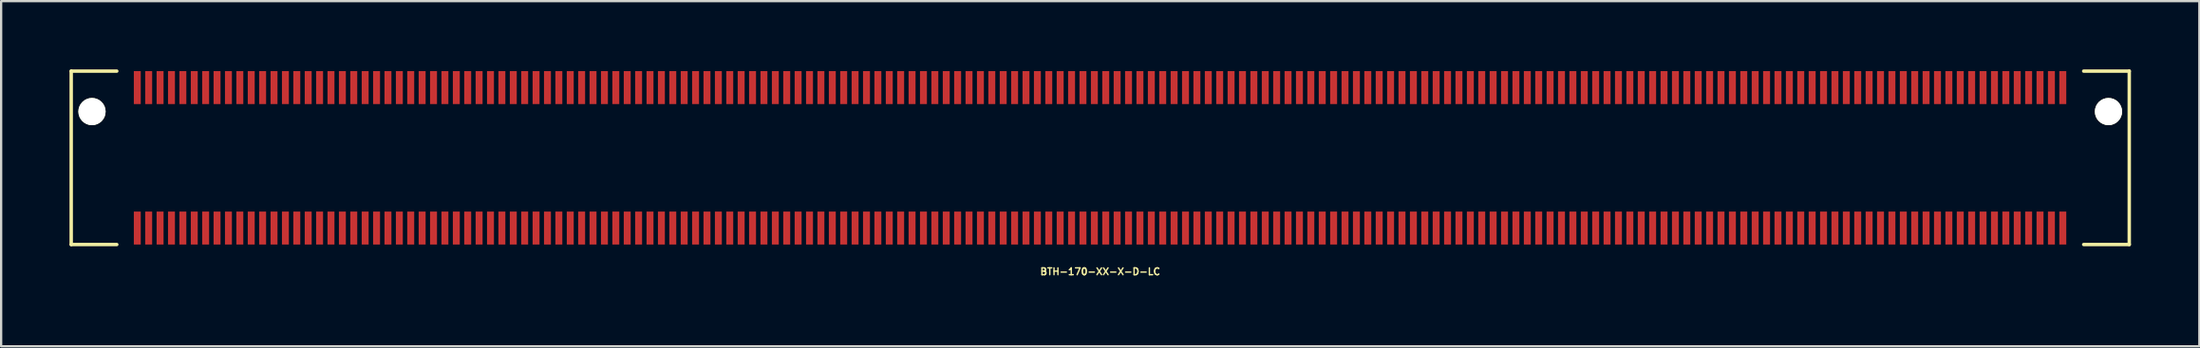
<source format=kicad_pcb>
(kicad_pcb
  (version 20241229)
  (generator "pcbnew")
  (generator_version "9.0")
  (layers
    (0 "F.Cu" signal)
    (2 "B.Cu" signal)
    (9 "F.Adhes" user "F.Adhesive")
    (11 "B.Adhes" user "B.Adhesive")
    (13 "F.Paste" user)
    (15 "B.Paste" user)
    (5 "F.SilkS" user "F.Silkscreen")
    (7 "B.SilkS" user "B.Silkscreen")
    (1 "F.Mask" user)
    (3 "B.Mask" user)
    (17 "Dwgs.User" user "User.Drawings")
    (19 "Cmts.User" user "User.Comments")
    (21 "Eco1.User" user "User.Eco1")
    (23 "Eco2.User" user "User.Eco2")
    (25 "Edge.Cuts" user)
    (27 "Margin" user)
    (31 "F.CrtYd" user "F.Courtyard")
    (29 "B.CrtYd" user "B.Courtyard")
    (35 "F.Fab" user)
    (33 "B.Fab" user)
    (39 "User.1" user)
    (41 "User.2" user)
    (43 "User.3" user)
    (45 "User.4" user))
  (footprint "BTH-170-XX-X-D-LC"
    (layer "F.Cu")
    (at 45.233 3.885)
    (property "Reference" "BTH-170-XX-X-D-LC" (at 0 5 0) (layer "F.SilkS") (effects (font (size 0.3 0.3) (thickness 0.061))))
    (attr smd)
    (fp_line (start -45.158 -3.81) (end -45.158 3.81) (stroke (width 0.15) (type solid)) (layer "F.SilkS"))
    (fp_line (start -45.158 3.81) (end -43.158 3.81) (stroke (width 0.15) (type solid)) (layer "F.SilkS"))
    (fp_line (start -43.158 -3.81) (end -45.158 -3.81) (stroke (width 0.15) (type solid)) (layer "F.SilkS"))
    (fp_line (start 43.158 -3.81) (end 45.158 -3.81) (stroke (width 0.15) (type solid)) (layer "F.SilkS"))
    (fp_line (start 45.158 -3.81) (end 45.158 3.81) (stroke (width 0.15) (type solid)) (layer "F.SilkS"))
    (fp_line (start 45.158 3.81) (end 43.158 3.81) (stroke (width 0.15) (type solid)) (layer "F.SilkS"))
    (pad "" np_thru_hole circle (at -44.246 -2.032) (size 1.194 1.194) (drill 1.194) (layers "*.Cu" "*.Mask" "F.SilkS"))
    (pad "" np_thru_hole circle (at 44.246 -2.032) (size 1.194 1.194) (drill 1.194) (layers "*.Cu" "*.Mask" "F.SilkS"))
    (pad "1" smd rect (at -42.258 -3.086) (size 0.305 1.448) (layers "F.Cu" "F.Mask" "F.Paste"))
    (pad "2" smd rect (at -42.258 3.086) (size 0.305 1.448) (layers "F.Cu" "F.Mask" "F.Paste"))
    (pad "3" smd rect (at -41.758 -3.086) (size 0.305 1.448) (layers "F.Cu" "F.Mask" "F.Paste"))
    (pad "4" smd rect (at -41.758 3.086) (size 0.305 1.448) (layers "F.Cu" "F.Mask" "F.Paste"))
    (pad "5" smd rect (at -41.258 -3.086) (size 0.305 1.448) (layers "F.Cu" "F.Mask" "F.Paste"))
    (pad "6" smd rect (at -41.258 3.086) (size 0.305 1.448) (layers "F.Cu" "F.Mask" "F.Paste"))
    (pad "7" smd rect (at -40.758 -3.086) (size 0.305 1.448) (layers "F.Cu" "F.Mask" "F.Paste"))
    (pad "8" smd rect (at -40.758 3.086) (size 0.305 1.448) (layers "F.Cu" "F.Mask" "F.Paste"))
    (pad "9" smd rect (at -40.258 -3.086) (size 0.305 1.448) (layers "F.Cu" "F.Mask" "F.Paste"))
    (pad "10" smd rect (at -40.258 3.086) (size 0.305 1.448) (layers "F.Cu" "F.Mask" "F.Paste"))
    (pad "11" smd rect (at -39.758 -3.086) (size 0.305 1.448) (layers "F.Cu" "F.Mask" "F.Paste"))
    (pad "12" smd rect (at -39.758 3.086) (size 0.305 1.448) (layers "F.Cu" "F.Mask" "F.Paste"))
    (pad "13" smd rect (at -39.258 -3.086) (size 0.305 1.448) (layers "F.Cu" "F.Mask" "F.Paste"))
    (pad "14" smd rect (at -39.258 3.086) (size 0.305 1.448) (layers "F.Cu" "F.Mask" "F.Paste"))
    (pad "15" smd rect (at -38.758 -3.086) (size 0.305 1.448) (layers "F.Cu" "F.Mask" "F.Paste"))
    (pad "16" smd rect (at -38.758 3.086) (size 0.305 1.448) (layers "F.Cu" "F.Mask" "F.Paste"))
    (pad "17" smd rect (at -38.258 -3.086) (size 0.305 1.448) (layers "F.Cu" "F.Mask" "F.Paste"))
    (pad "18" smd rect (at -38.258 3.086) (size 0.305 1.448) (layers "F.Cu" "F.Mask" "F.Paste"))
    (pad "19" smd rect (at -37.758 -3.086) (size 0.305 1.448) (layers "F.Cu" "F.Mask" "F.Paste"))
    (pad "20" smd rect (at -37.758 3.086) (size 0.305 1.448) (layers "F.Cu" "F.Mask" "F.Paste"))
    (pad "21" smd rect (at -37.258 -3.086) (size 0.305 1.448) (layers "F.Cu" "F.Mask" "F.Paste"))
    (pad "22" smd rect (at -37.258 3.086) (size 0.305 1.448) (layers "F.Cu" "F.Mask" "F.Paste"))
    (pad "23" smd rect (at -36.758 -3.086) (size 0.305 1.448) (layers "F.Cu" "F.Mask" "F.Paste"))
    (pad "24" smd rect (at -36.758 3.086) (size 0.305 1.448) (layers "F.Cu" "F.Mask" "F.Paste"))
    (pad "25" smd rect (at -36.258 -3.086) (size 0.305 1.448) (layers "F.Cu" "F.Mask" "F.Paste"))
    (pad "26" smd rect (at -36.258 3.086) (size 0.305 1.448) (layers "F.Cu" "F.Mask" "F.Paste"))
    (pad "27" smd rect (at -35.758 -3.086) (size 0.305 1.448) (layers "F.Cu" "F.Mask" "F.Paste"))
    (pad "28" smd rect (at -35.758 3.086) (size 0.305 1.448) (layers "F.Cu" "F.Mask" "F.Paste"))
    (pad "29" smd rect (at -35.258 -3.086) (size 0.305 1.448) (layers "F.Cu" "F.Mask" "F.Paste"))
    (pad "30" smd rect (at -35.258 3.086) (size 0.305 1.448) (layers "F.Cu" "F.Mask" "F.Paste"))
    (pad "31" smd rect (at -34.758 -3.086) (size 0.305 1.448) (layers "F.Cu" "F.Mask" "F.Paste"))
    (pad "32" smd rect (at -34.758 3.086) (size 0.305 1.448) (layers "F.Cu" "F.Mask" "F.Paste"))
    (pad "33" smd rect (at -34.258 -3.086) (size 0.305 1.448) (layers "F.Cu" "F.Mask" "F.Paste"))
    (pad "34" smd rect (at -34.258 3.086) (size 0.305 1.448) (layers "F.Cu" "F.Mask" "F.Paste"))
    (pad "35" smd rect (at -33.758 -3.086) (size 0.305 1.448) (layers "F.Cu" "F.Mask" "F.Paste"))
    (pad "36" smd rect (at -33.758 3.086) (size 0.305 1.448) (layers "F.Cu" "F.Mask" "F.Paste"))
    (pad "37" smd rect (at -33.258 -3.086) (size 0.305 1.448) (layers "F.Cu" "F.Mask" "F.Paste"))
    (pad "38" smd rect (at -33.258 3.086) (size 0.305 1.448) (layers "F.Cu" "F.Mask" "F.Paste"))
    (pad "39" smd rect (at -32.758 -3.086) (size 0.305 1.448) (layers "F.Cu" "F.Mask" "F.Paste"))
    (pad "40" smd rect (at -32.758 3.086) (size 0.305 1.448) (layers "F.Cu" "F.Mask" "F.Paste"))
    (pad "41" smd rect (at -32.258 -3.086) (size 0.305 1.448) (layers "F.Cu" "F.Mask" "F.Paste"))
    (pad "42" smd rect (at -32.258 3.086) (size 0.305 1.448) (layers "F.Cu" "F.Mask" "F.Paste"))
    (pad "43" smd rect (at -31.758 -3.086) (size 0.305 1.448) (layers "F.Cu" "F.Mask" "F.Paste"))
    (pad "44" smd rect (at -31.758 3.086) (size 0.305 1.448) (layers "F.Cu" "F.Mask" "F.Paste"))
    (pad "45" smd rect (at -31.258 -3.086) (size 0.305 1.448) (layers "F.Cu" "F.Mask" "F.Paste"))
    (pad "46" smd rect (at -31.258 3.086) (size 0.305 1.448) (layers "F.Cu" "F.Mask" "F.Paste"))
    (pad "47" smd rect (at -30.758 -3.086) (size 0.305 1.448) (layers "F.Cu" "F.Mask" "F.Paste"))
    (pad "48" smd rect (at -30.758 3.086) (size 0.305 1.448) (layers "F.Cu" "F.Mask" "F.Paste"))
    (pad "49" smd rect (at -30.258 -3.086) (size 0.305 1.448) (layers "F.Cu" "F.Mask" "F.Paste"))
    (pad "50" smd rect (at -30.258 3.086) (size 0.305 1.448) (layers "F.Cu" "F.Mask" "F.Paste"))
    (pad "51" smd rect (at -29.758 -3.086) (size 0.305 1.448) (layers "F.Cu" "F.Mask" "F.Paste"))
    (pad "52" smd rect (at -29.758 3.086) (size 0.305 1.448) (layers "F.Cu" "F.Mask" "F.Paste"))
    (pad "53" smd rect (at -29.258 -3.086) (size 0.305 1.448) (layers "F.Cu" "F.Mask" "F.Paste"))
    (pad "54" smd rect (at -29.258 3.086) (size 0.305 1.448) (layers "F.Cu" "F.Mask" "F.Paste"))
    (pad "55" smd rect (at -28.758 -3.086) (size 0.305 1.448) (layers "F.Cu" "F.Mask" "F.Paste"))
    (pad "56" smd rect (at -28.758 3.086) (size 0.305 1.448) (layers "F.Cu" "F.Mask" "F.Paste"))
    (pad "57" smd rect (at -28.258 -3.086) (size 0.305 1.448) (layers "F.Cu" "F.Mask" "F.Paste"))
    (pad "58" smd rect (at -28.258 3.086) (size 0.305 1.448) (layers "F.Cu" "F.Mask" "F.Paste"))
    (pad "59" smd rect (at -27.758 -3.086) (size 0.305 1.448) (layers "F.Cu" "F.Mask" "F.Paste"))
    (pad "60" smd rect (at -27.758 3.086) (size 0.305 1.448) (layers "F.Cu" "F.Mask" "F.Paste"))
    (pad "61" smd rect (at -27.258 -3.086) (size 0.305 1.448) (layers "F.Cu" "F.Mask" "F.Paste"))
    (pad "62" smd rect (at -27.258 3.086) (size 0.305 1.448) (layers "F.Cu" "F.Mask" "F.Paste"))
    (pad "63" smd rect (at -26.758 -3.086) (size 0.305 1.448) (layers "F.Cu" "F.Mask" "F.Paste"))
    (pad "64" smd rect (at -26.758 3.086) (size 0.305 1.448) (layers "F.Cu" "F.Mask" "F.Paste"))
    (pad "65" smd rect (at -26.258 -3.086) (size 0.305 1.448) (layers "F.Cu" "F.Mask" "F.Paste"))
    (pad "66" smd rect (at -26.258 3.086) (size 0.305 1.448) (layers "F.Cu" "F.Mask" "F.Paste"))
    (pad "67" smd rect (at -25.758 -3.086) (size 0.305 1.448) (layers "F.Cu" "F.Mask" "F.Paste"))
    (pad "68" smd rect (at -25.758 3.086) (size 0.305 1.448) (layers "F.Cu" "F.Mask" "F.Paste"))
    (pad "69" smd rect (at -25.258 -3.086) (size 0.305 1.448) (layers "F.Cu" "F.Mask" "F.Paste"))
    (pad "70" smd rect (at -25.258 3.086) (size 0.305 1.448) (layers "F.Cu" "F.Mask" "F.Paste"))
    (pad "71" smd rect (at -24.758 -3.086) (size 0.305 1.448) (layers "F.Cu" "F.Mask" "F.Paste"))
    (pad "72" smd rect (at -24.758 3.086) (size 0.305 1.448) (layers "F.Cu" "F.Mask" "F.Paste"))
    (pad "73" smd rect (at -24.258 -3.086) (size 0.305 1.448) (layers "F.Cu" "F.Mask" "F.Paste"))
    (pad "74" smd rect (at -24.258 3.086) (size 0.305 1.448) (layers "F.Cu" "F.Mask" "F.Paste"))
    (pad "75" smd rect (at -23.758 -3.086) (size 0.305 1.448) (layers "F.Cu" "F.Mask" "F.Paste"))
    (pad "76" smd rect (at -23.758 3.086) (size 0.305 1.448) (layers "F.Cu" "F.Mask" "F.Paste"))
    (pad "77" smd rect (at -23.258 -3.086) (size 0.305 1.448) (layers "F.Cu" "F.Mask" "F.Paste"))
    (pad "78" smd rect (at -23.258 3.086) (size 0.305 1.448) (layers "F.Cu" "F.Mask" "F.Paste"))
    (pad "79" smd rect (at -22.758 -3.086) (size 0.305 1.448) (layers "F.Cu" "F.Mask" "F.Paste"))
    (pad "80" smd rect (at -22.758 3.086) (size 0.305 1.448) (layers "F.Cu" "F.Mask" "F.Paste"))
    (pad "81" smd rect (at -22.258 -3.086) (size 0.305 1.448) (layers "F.Cu" "F.Mask" "F.Paste"))
    (pad "82" smd rect (at -22.258 3.086) (size 0.305 1.448) (layers "F.Cu" "F.Mask" "F.Paste"))
    (pad "83" smd rect (at -21.758 -3.086) (size 0.305 1.448) (layers "F.Cu" "F.Mask" "F.Paste"))
    (pad "84" smd rect (at -21.758 3.086) (size 0.305 1.448) (layers "F.Cu" "F.Mask" "F.Paste"))
    (pad "85" smd rect (at -21.258 -3.086) (size 0.305 1.448) (layers "F.Cu" "F.Mask" "F.Paste"))
    (pad "86" smd rect (at -21.258 3.086) (size 0.305 1.448) (layers "F.Cu" "F.Mask" "F.Paste"))
    (pad "87" smd rect (at -20.758 -3.086) (size 0.305 1.448) (layers "F.Cu" "F.Mask" "F.Paste"))
    (pad "88" smd rect (at -20.758 3.086) (size 0.305 1.448) (layers "F.Cu" "F.Mask" "F.Paste"))
    (pad "89" smd rect (at -20.258 -3.086) (size 0.305 1.448) (layers "F.Cu" "F.Mask" "F.Paste"))
    (pad "90" smd rect (at -20.258 3.086) (size 0.305 1.448) (layers "F.Cu" "F.Mask" "F.Paste"))
    (pad "91" smd rect (at -19.758 -3.086) (size 0.305 1.448) (layers "F.Cu" "F.Mask" "F.Paste"))
    (pad "92" smd rect (at -19.758 3.086) (size 0.305 1.448) (layers "F.Cu" "F.Mask" "F.Paste"))
    (pad "93" smd rect (at -19.258 -3.086) (size 0.305 1.448) (layers "F.Cu" "F.Mask" "F.Paste"))
    (pad "94" smd rect (at -19.258 3.086) (size 0.305 1.448) (layers "F.Cu" "F.Mask" "F.Paste"))
    (pad "95" smd rect (at -18.758 -3.086) (size 0.305 1.448) (layers "F.Cu" "F.Mask" "F.Paste"))
    (pad "96" smd rect (at -18.758 3.086) (size 0.305 1.448) (layers "F.Cu" "F.Mask" "F.Paste"))
    (pad "97" smd rect (at -18.258 -3.086) (size 0.305 1.448) (layers "F.Cu" "F.Mask" "F.Paste"))
    (pad "98" smd rect (at -18.258 3.086) (size 0.305 1.448) (layers "F.Cu" "F.Mask" "F.Paste"))
    (pad "99" smd rect (at -17.758 -3.086) (size 0.305 1.448) (layers "F.Cu" "F.Mask" "F.Paste"))
    (pad "100" smd rect (at -17.758 3.086) (size 0.305 1.448) (layers "F.Cu" "F.Mask" "F.Paste"))
    (pad "101" smd rect (at -17.258 -3.086) (size 0.305 1.448) (layers "F.Cu" "F.Mask" "F.Paste"))
    (pad "102" smd rect (at -17.258 3.086) (size 0.305 1.448) (layers "F.Cu" "F.Mask" "F.Paste"))
    (pad "103" smd rect (at -16.758 -3.086) (size 0.305 1.448) (layers "F.Cu" "F.Mask" "F.Paste"))
    (pad "104" smd rect (at -16.758 3.086) (size 0.305 1.448) (layers "F.Cu" "F.Mask" "F.Paste"))
    (pad "105" smd rect (at -16.258 -3.086) (size 0.305 1.448) (layers "F.Cu" "F.Mask" "F.Paste"))
    (pad "106" smd rect (at -16.258 3.086) (size 0.305 1.448) (layers "F.Cu" "F.Mask" "F.Paste"))
    (pad "107" smd rect (at -15.758 -3.086) (size 0.305 1.448) (layers "F.Cu" "F.Mask" "F.Paste"))
    (pad "108" smd rect (at -15.758 3.086) (size 0.305 1.448) (layers "F.Cu" "F.Mask" "F.Paste"))
    (pad "109" smd rect (at -15.258 -3.086) (size 0.305 1.448) (layers "F.Cu" "F.Mask" "F.Paste"))
    (pad "110" smd rect (at -15.258 3.086) (size 0.305 1.448) (layers "F.Cu" "F.Mask" "F.Paste"))
    (pad "111" smd rect (at -14.758 -3.086) (size 0.305 1.448) (layers "F.Cu" "F.Mask" "F.Paste"))
    (pad "112" smd rect (at -14.758 3.086) (size 0.305 1.448) (layers "F.Cu" "F.Mask" "F.Paste"))
    (pad "113" smd rect (at -14.258 -3.086) (size 0.305 1.448) (layers "F.Cu" "F.Mask" "F.Paste"))
    (pad "114" smd rect (at -14.258 3.086) (size 0.305 1.448) (layers "F.Cu" "F.Mask" "F.Paste"))
    (pad "115" smd rect (at -13.758 -3.086) (size 0.305 1.448) (layers "F.Cu" "F.Mask" "F.Paste"))
    (pad "116" smd rect (at -13.758 3.086) (size 0.305 1.448) (layers "F.Cu" "F.Mask" "F.Paste"))
    (pad "117" smd rect (at -13.258 -3.086) (size 0.305 1.448) (layers "F.Cu" "F.Mask" "F.Paste"))
    (pad "118" smd rect (at -13.258 3.086) (size 0.305 1.448) (layers "F.Cu" "F.Mask" "F.Paste"))
    (pad "119" smd rect (at -12.758 -3.086) (size 0.305 1.448) (layers "F.Cu" "F.Mask" "F.Paste"))
    (pad "120" smd rect (at -12.758 3.086) (size 0.305 1.448) (layers "F.Cu" "F.Mask" "F.Paste"))
    (pad "121" smd rect (at -12.258 -3.086) (size 0.305 1.448) (layers "F.Cu" "F.Mask" "F.Paste"))
    (pad "122" smd rect (at -12.258 3.086) (size 0.305 1.448) (layers "F.Cu" "F.Mask" "F.Paste"))
    (pad "123" smd rect (at -11.758 -3.086) (size 0.305 1.448) (layers "F.Cu" "F.Mask" "F.Paste"))
    (pad "124" smd rect (at -11.758 3.086) (size 0.305 1.448) (layers "F.Cu" "F.Mask" "F.Paste"))
    (pad "125" smd rect (at -11.258 -3.086) (size 0.305 1.448) (layers "F.Cu" "F.Mask" "F.Paste"))
    (pad "126" smd rect (at -11.258 3.086) (size 0.305 1.448) (layers "F.Cu" "F.Mask" "F.Paste"))
    (pad "127" smd rect (at -10.758 -3.086) (size 0.305 1.448) (layers "F.Cu" "F.Mask" "F.Paste"))
    (pad "128" smd rect (at -10.758 3.086) (size 0.305 1.448) (layers "F.Cu" "F.Mask" "F.Paste"))
    (pad "129" smd rect (at -10.258 -3.086) (size 0.305 1.448) (layers "F.Cu" "F.Mask" "F.Paste"))
    (pad "130" smd rect (at -10.258 3.086) (size 0.305 1.448) (layers "F.Cu" "F.Mask" "F.Paste"))
    (pad "131" smd rect (at -9.758 -3.086) (size 0.305 1.448) (layers "F.Cu" "F.Mask" "F.Paste"))
    (pad "132" smd rect (at -9.758 3.086) (size 0.305 1.448) (layers "F.Cu" "F.Mask" "F.Paste"))
    (pad "133" smd rect (at -9.258 -3.086) (size 0.305 1.448) (layers "F.Cu" "F.Mask" "F.Paste"))
    (pad "134" smd rect (at -9.258 3.086) (size 0.305 1.448) (layers "F.Cu" "F.Mask" "F.Paste"))
    (pad "135" smd rect (at -8.758 -3.086) (size 0.305 1.448) (layers "F.Cu" "F.Mask" "F.Paste"))
    (pad "136" smd rect (at -8.758 3.086) (size 0.305 1.448) (layers "F.Cu" "F.Mask" "F.Paste"))
    (pad "137" smd rect (at -8.258 -3.086) (size 0.305 1.448) (layers "F.Cu" "F.Mask" "F.Paste"))
    (pad "138" smd rect (at -8.258 3.086) (size 0.305 1.448) (layers "F.Cu" "F.Mask" "F.Paste"))
    (pad "139" smd rect (at -7.758 -3.086) (size 0.305 1.448) (layers "F.Cu" "F.Mask" "F.Paste"))
    (pad "140" smd rect (at -7.758 3.086) (size 0.305 1.448) (layers "F.Cu" "F.Mask" "F.Paste"))
    (pad "141" smd rect (at -7.258 -3.086) (size 0.305 1.448) (layers "F.Cu" "F.Mask" "F.Paste"))
    (pad "142" smd rect (at -7.258 3.086) (size 0.305 1.448) (layers "F.Cu" "F.Mask" "F.Paste"))
    (pad "143" smd rect (at -6.758 -3.086) (size 0.305 1.448) (layers "F.Cu" "F.Mask" "F.Paste"))
    (pad "144" smd rect (at -6.758 3.086) (size 0.305 1.448) (layers "F.Cu" "F.Mask" "F.Paste"))
    (pad "145" smd rect (at -6.258 -3.086) (size 0.305 1.448) (layers "F.Cu" "F.Mask" "F.Paste"))
    (pad "146" smd rect (at -6.258 3.086) (size 0.305 1.448) (layers "F.Cu" "F.Mask" "F.Paste"))
    (pad "147" smd rect (at -5.758 -3.086) (size 0.305 1.448) (layers "F.Cu" "F.Mask" "F.Paste"))
    (pad "148" smd rect (at -5.758 3.086) (size 0.305 1.448) (layers "F.Cu" "F.Mask" "F.Paste"))
    (pad "149" smd rect (at -5.258 -3.086) (size 0.305 1.448) (layers "F.Cu" "F.Mask" "F.Paste"))
    (pad "150" smd rect (at -5.258 3.086) (size 0.305 1.448) (layers "F.Cu" "F.Mask" "F.Paste"))
    (pad "151" smd rect (at -4.758 -3.086) (size 0.305 1.448) (layers "F.Cu" "F.Mask" "F.Paste"))
    (pad "152" smd rect (at -4.758 3.086) (size 0.305 1.448) (layers "F.Cu" "F.Mask" "F.Paste"))
    (pad "153" smd rect (at -4.258 -3.086) (size 0.305 1.448) (layers "F.Cu" "F.Mask" "F.Paste"))
    (pad "154" smd rect (at -4.258 3.086) (size 0.305 1.448) (layers "F.Cu" "F.Mask" "F.Paste"))
    (pad "155" smd rect (at -3.758 -3.086) (size 0.305 1.448) (layers "F.Cu" "F.Mask" "F.Paste"))
    (pad "156" smd rect (at -3.758 3.086) (size 0.305 1.448) (layers "F.Cu" "F.Mask" "F.Paste"))
    (pad "157" smd rect (at -3.258 -3.086) (size 0.305 1.448) (layers "F.Cu" "F.Mask" "F.Paste"))
    (pad "158" smd rect (at -3.258 3.086) (size 0.305 1.448) (layers "F.Cu" "F.Mask" "F.Paste"))
    (pad "159" smd rect (at -2.758 -3.086) (size 0.305 1.448) (layers "F.Cu" "F.Mask" "F.Paste"))
    (pad "160" smd rect (at -2.758 3.086) (size 0.305 1.448) (layers "F.Cu" "F.Mask" "F.Paste"))
    (pad "161" smd rect (at -2.258 -3.086) (size 0.305 1.448) (layers "F.Cu" "F.Mask" "F.Paste"))
    (pad "162" smd rect (at -2.258 3.086) (size 0.305 1.448) (layers "F.Cu" "F.Mask" "F.Paste"))
    (pad "163" smd rect (at -1.758 -3.086) (size 0.305 1.448) (layers "F.Cu" "F.Mask" "F.Paste"))
    (pad "164" smd rect (at -1.758 3.086) (size 0.305 1.448) (layers "F.Cu" "F.Mask" "F.Paste"))
    (pad "165" smd rect (at -1.258 -3.086) (size 0.305 1.448) (layers "F.Cu" "F.Mask" "F.Paste"))
    (pad "166" smd rect (at -1.258 3.086) (size 0.305 1.448) (layers "F.Cu" "F.Mask" "F.Paste"))
    (pad "167" smd rect (at -0.758 -3.086) (size 0.305 1.448) (layers "F.Cu" "F.Mask" "F.Paste"))
    (pad "168" smd rect (at -0.758 3.086) (size 0.305 1.448) (layers "F.Cu" "F.Mask" "F.Paste"))
    (pad "169" smd rect (at -0.258 -3.086) (size 0.305 1.448) (layers "F.Cu" "F.Mask" "F.Paste"))
    (pad "170" smd rect (at -0.258 3.086) (size 0.305 1.448) (layers "F.Cu" "F.Mask" "F.Paste"))
    (pad "171" smd rect (at 0.242 -3.086) (size 0.305 1.448) (layers "F.Cu" "F.Mask" "F.Paste"))
    (pad "172" smd rect (at 0.242 3.086) (size 0.305 1.448) (layers "F.Cu" "F.Mask" "F.Paste"))
    (pad "173" smd rect (at 0.742 -3.086) (size 0.305 1.448) (layers "F.Cu" "F.Mask" "F.Paste"))
    (pad "174" smd rect (at 0.742 3.086) (size 0.305 1.448) (layers "F.Cu" "F.Mask" "F.Paste"))
    (pad "175" smd rect (at 1.242 -3.086) (size 0.305 1.448) (layers "F.Cu" "F.Mask" "F.Paste"))
    (pad "176" smd rect (at 1.242 3.086) (size 0.305 1.448) (layers "F.Cu" "F.Mask" "F.Paste"))
    (pad "177" smd rect (at 1.742 -3.086) (size 0.305 1.448) (layers "F.Cu" "F.Mask" "F.Paste"))
    (pad "178" smd rect (at 1.742 3.086) (size 0.305 1.448) (layers "F.Cu" "F.Mask" "F.Paste"))
    (pad "179" smd rect (at 2.242 -3.086) (size 0.305 1.448) (layers "F.Cu" "F.Mask" "F.Paste"))
    (pad "180" smd rect (at 2.242 3.086) (size 0.305 1.448) (layers "F.Cu" "F.Mask" "F.Paste"))
    (pad "181" smd rect (at 2.742 -3.086) (size 0.305 1.448) (layers "F.Cu" "F.Mask" "F.Paste"))
    (pad "182" smd rect (at 2.742 3.086) (size 0.305 1.448) (layers "F.Cu" "F.Mask" "F.Paste"))
    (pad "183" smd rect (at 3.242 -3.086) (size 0.305 1.448) (layers "F.Cu" "F.Mask" "F.Paste"))
    (pad "184" smd rect (at 3.242 3.086) (size 0.305 1.448) (layers "F.Cu" "F.Mask" "F.Paste"))
    (pad "185" smd rect (at 3.742 -3.086) (size 0.305 1.448) (layers "F.Cu" "F.Mask" "F.Paste"))
    (pad "186" smd rect (at 3.742 3.086) (size 0.305 1.448) (layers "F.Cu" "F.Mask" "F.Paste"))
    (pad "187" smd rect (at 4.242 -3.086) (size 0.305 1.448) (layers "F.Cu" "F.Mask" "F.Paste"))
    (pad "188" smd rect (at 4.242 3.086) (size 0.305 1.448) (layers "F.Cu" "F.Mask" "F.Paste"))
    (pad "189" smd rect (at 4.742 -3.086) (size 0.305 1.448) (layers "F.Cu" "F.Mask" "F.Paste"))
    (pad "190" smd rect (at 4.742 3.086) (size 0.305 1.448) (layers "F.Cu" "F.Mask" "F.Paste"))
    (pad "191" smd rect (at 5.242 -3.086) (size 0.305 1.448) (layers "F.Cu" "F.Mask" "F.Paste"))
    (pad "192" smd rect (at 5.242 3.086) (size 0.305 1.448) (layers "F.Cu" "F.Mask" "F.Paste"))
    (pad "193" smd rect (at 5.742 -3.086) (size 0.305 1.448) (layers "F.Cu" "F.Mask" "F.Paste"))
    (pad "194" smd rect (at 5.742 3.086) (size 0.305 1.448) (layers "F.Cu" "F.Mask" "F.Paste"))
    (pad "195" smd rect (at 6.242 -3.086) (size 0.305 1.448) (layers "F.Cu" "F.Mask" "F.Paste"))
    (pad "196" smd rect (at 6.242 3.086) (size 0.305 1.448) (layers "F.Cu" "F.Mask" "F.Paste"))
    (pad "197" smd rect (at 6.742 -3.086) (size 0.305 1.448) (layers "F.Cu" "F.Mask" "F.Paste"))
    (pad "198" smd rect (at 6.742 3.086) (size 0.305 1.448) (layers "F.Cu" "F.Mask" "F.Paste"))
    (pad "199" smd rect (at 7.242 -3.086) (size 0.305 1.448) (layers "F.Cu" "F.Mask" "F.Paste"))
    (pad "200" smd rect (at 7.242 3.086) (size 0.305 1.448) (layers "F.Cu" "F.Mask" "F.Paste"))
    (pad "201" smd rect (at 7.742 -3.086) (size 0.305 1.448) (layers "F.Cu" "F.Mask" "F.Paste"))
    (pad "202" smd rect (at 7.742 3.086) (size 0.305 1.448) (layers "F.Cu" "F.Mask" "F.Paste"))
    (pad "203" smd rect (at 8.242 -3.086) (size 0.305 1.448) (layers "F.Cu" "F.Mask" "F.Paste"))
    (pad "204" smd rect (at 8.242 3.086) (size 0.305 1.448) (layers "F.Cu" "F.Mask" "F.Paste"))
    (pad "205" smd rect (at 8.742 -3.086) (size 0.305 1.448) (layers "F.Cu" "F.Mask" "F.Paste"))
    (pad "206" smd rect (at 8.742 3.086) (size 0.305 1.448) (layers "F.Cu" "F.Mask" "F.Paste"))
    (pad "207" smd rect (at 9.242 -3.086) (size 0.305 1.448) (layers "F.Cu" "F.Mask" "F.Paste"))
    (pad "208" smd rect (at 9.242 3.086) (size 0.305 1.448) (layers "F.Cu" "F.Mask" "F.Paste"))
    (pad "209" smd rect (at 9.742 -3.086) (size 0.305 1.448) (layers "F.Cu" "F.Mask" "F.Paste"))
    (pad "210" smd rect (at 9.742 3.086) (size 0.305 1.448) (layers "F.Cu" "F.Mask" "F.Paste"))
    (pad "211" smd rect (at 10.242 -3.086) (size 0.305 1.448) (layers "F.Cu" "F.Mask" "F.Paste"))
    (pad "212" smd rect (at 10.242 3.086) (size 0.305 1.448) (layers "F.Cu" "F.Mask" "F.Paste"))
    (pad "213" smd rect (at 10.742 -3.086) (size 0.305 1.448) (layers "F.Cu" "F.Mask" "F.Paste"))
    (pad "214" smd rect (at 10.742 3.086) (size 0.305 1.448) (layers "F.Cu" "F.Mask" "F.Paste"))
    (pad "215" smd rect (at 11.242 -3.086) (size 0.305 1.448) (layers "F.Cu" "F.Mask" "F.Paste"))
    (pad "216" smd rect (at 11.242 3.086) (size 0.305 1.448) (layers "F.Cu" "F.Mask" "F.Paste"))
    (pad "217" smd rect (at 11.742 -3.086) (size 0.305 1.448) (layers "F.Cu" "F.Mask" "F.Paste"))
    (pad "218" smd rect (at 11.742 3.086) (size 0.305 1.448) (layers "F.Cu" "F.Mask" "F.Paste"))
    (pad "219" smd rect (at 12.242 -3.086) (size 0.305 1.448) (layers "F.Cu" "F.Mask" "F.Paste"))
    (pad "220" smd rect (at 12.242 3.086) (size 0.305 1.448) (layers "F.Cu" "F.Mask" "F.Paste"))
    (pad "221" smd rect (at 12.742 -3.086) (size 0.305 1.448) (layers "F.Cu" "F.Mask" "F.Paste"))
    (pad "222" smd rect (at 12.742 3.086) (size 0.305 1.448) (layers "F.Cu" "F.Mask" "F.Paste"))
    (pad "223" smd rect (at 13.242 -3.086) (size 0.305 1.448) (layers "F.Cu" "F.Mask" "F.Paste"))
    (pad "224" smd rect (at 13.242 3.086) (size 0.305 1.448) (layers "F.Cu" "F.Mask" "F.Paste"))
    (pad "225" smd rect (at 13.742 -3.086) (size 0.305 1.448) (layers "F.Cu" "F.Mask" "F.Paste"))
    (pad "226" smd rect (at 13.742 3.086) (size 0.305 1.448) (layers "F.Cu" "F.Mask" "F.Paste"))
    (pad "227" smd rect (at 14.242 -3.086) (size 0.305 1.448) (layers "F.Cu" "F.Mask" "F.Paste"))
    (pad "228" smd rect (at 14.242 3.086) (size 0.305 1.448) (layers "F.Cu" "F.Mask" "F.Paste"))
    (pad "229" smd rect (at 14.742 -3.086) (size 0.305 1.448) (layers "F.Cu" "F.Mask" "F.Paste"))
    (pad "230" smd rect (at 14.742 3.086) (size 0.305 1.448) (layers "F.Cu" "F.Mask" "F.Paste"))
    (pad "231" smd rect (at 15.242 -3.086) (size 0.305 1.448) (layers "F.Cu" "F.Mask" "F.Paste"))
    (pad "232" smd rect (at 15.242 3.086) (size 0.305 1.448) (layers "F.Cu" "F.Mask" "F.Paste"))
    (pad "233" smd rect (at 15.742 -3.086) (size 0.305 1.448) (layers "F.Cu" "F.Mask" "F.Paste"))
    (pad "234" smd rect (at 15.742 3.086) (size 0.305 1.448) (layers "F.Cu" "F.Mask" "F.Paste"))
    (pad "235" smd rect (at 16.242 -3.086) (size 0.305 1.448) (layers "F.Cu" "F.Mask" "F.Paste"))
    (pad "236" smd rect (at 16.242 3.086) (size 0.305 1.448) (layers "F.Cu" "F.Mask" "F.Paste"))
    (pad "237" smd rect (at 16.742 -3.086) (size 0.305 1.448) (layers "F.Cu" "F.Mask" "F.Paste"))
    (pad "238" smd rect (at 16.742 3.086) (size 0.305 1.448) (layers "F.Cu" "F.Mask" "F.Paste"))
    (pad "239" smd rect (at 17.242 -3.086) (size 0.305 1.448) (layers "F.Cu" "F.Mask" "F.Paste"))
    (pad "240" smd rect (at 17.242 3.086) (size 0.305 1.448) (layers "F.Cu" "F.Mask" "F.Paste"))
    (pad "241" smd rect (at 17.742 -3.086) (size 0.305 1.448) (layers "F.Cu" "F.Mask" "F.Paste"))
    (pad "242" smd rect (at 17.742 3.086) (size 0.305 1.448) (layers "F.Cu" "F.Mask" "F.Paste"))
    (pad "243" smd rect (at 18.242 -3.086) (size 0.305 1.448) (layers "F.Cu" "F.Mask" "F.Paste"))
    (pad "244" smd rect (at 18.242 3.086) (size 0.305 1.448) (layers "F.Cu" "F.Mask" "F.Paste"))
    (pad "245" smd rect (at 18.742 -3.086) (size 0.305 1.448) (layers "F.Cu" "F.Mask" "F.Paste"))
    (pad "246" smd rect (at 18.742 3.086) (size 0.305 1.448) (layers "F.Cu" "F.Mask" "F.Paste"))
    (pad "247" smd rect (at 19.242 -3.086) (size 0.305 1.448) (layers "F.Cu" "F.Mask" "F.Paste"))
    (pad "248" smd rect (at 19.242 3.086) (size 0.305 1.448) (layers "F.Cu" "F.Mask" "F.Paste"))
    (pad "249" smd rect (at 19.742 -3.086) (size 0.305 1.448) (layers "F.Cu" "F.Mask" "F.Paste"))
    (pad "250" smd rect (at 19.742 3.086) (size 0.305 1.448) (layers "F.Cu" "F.Mask" "F.Paste"))
    (pad "251" smd rect (at 20.242 -3.086) (size 0.305 1.448) (layers "F.Cu" "F.Mask" "F.Paste"))
    (pad "252" smd rect (at 20.242 3.086) (size 0.305 1.448) (layers "F.Cu" "F.Mask" "F.Paste"))
    (pad "253" smd rect (at 20.742 -3.086) (size 0.305 1.448) (layers "F.Cu" "F.Mask" "F.Paste"))
    (pad "254" smd rect (at 20.742 3.086) (size 0.305 1.448) (layers "F.Cu" "F.Mask" "F.Paste"))
    (pad "255" smd rect (at 21.242 -3.086) (size 0.305 1.448) (layers "F.Cu" "F.Mask" "F.Paste"))
    (pad "256" smd rect (at 21.242 3.086) (size 0.305 1.448) (layers "F.Cu" "F.Mask" "F.Paste"))
    (pad "257" smd rect (at 21.742 -3.086) (size 0.305 1.448) (layers "F.Cu" "F.Mask" "F.Paste"))
    (pad "258" smd rect (at 21.742 3.086) (size 0.305 1.448) (layers "F.Cu" "F.Mask" "F.Paste"))
    (pad "259" smd rect (at 22.242 -3.086) (size 0.305 1.448) (layers "F.Cu" "F.Mask" "F.Paste"))
    (pad "260" smd rect (at 22.242 3.086) (size 0.305 1.448) (layers "F.Cu" "F.Mask" "F.Paste"))
    (pad "261" smd rect (at 22.742 -3.086) (size 0.305 1.448) (layers "F.Cu" "F.Mask" "F.Paste"))
    (pad "262" smd rect (at 22.742 3.086) (size 0.305 1.448) (layers "F.Cu" "F.Mask" "F.Paste"))
    (pad "263" smd rect (at 23.242 -3.086) (size 0.305 1.448) (layers "F.Cu" "F.Mask" "F.Paste"))
    (pad "264" smd rect (at 23.242 3.086) (size 0.305 1.448) (layers "F.Cu" "F.Mask" "F.Paste"))
    (pad "265" smd rect (at 23.742 -3.086) (size 0.305 1.448) (layers "F.Cu" "F.Mask" "F.Paste"))
    (pad "266" smd rect (at 23.742 3.086) (size 0.305 1.448) (layers "F.Cu" "F.Mask" "F.Paste"))
    (pad "267" smd rect (at 24.242 -3.086) (size 0.305 1.448) (layers "F.Cu" "F.Mask" "F.Paste"))
    (pad "268" smd rect (at 24.242 3.086) (size 0.305 1.448) (layers "F.Cu" "F.Mask" "F.Paste"))
    (pad "269" smd rect (at 24.742 -3.086) (size 0.305 1.448) (layers "F.Cu" "F.Mask" "F.Paste"))
    (pad "270" smd rect (at 24.742 3.086) (size 0.305 1.448) (layers "F.Cu" "F.Mask" "F.Paste"))
    (pad "271" smd rect (at 25.242 -3.086) (size 0.305 1.448) (layers "F.Cu" "F.Mask" "F.Paste"))
    (pad "272" smd rect (at 25.242 3.086) (size 0.305 1.448) (layers "F.Cu" "F.Mask" "F.Paste"))
    (pad "273" smd rect (at 25.742 -3.086) (size 0.305 1.448) (layers "F.Cu" "F.Mask" "F.Paste"))
    (pad "274" smd rect (at 25.742 3.086) (size 0.305 1.448) (layers "F.Cu" "F.Mask" "F.Paste"))
    (pad "275" smd rect (at 26.242 -3.086) (size 0.305 1.448) (layers "F.Cu" "F.Mask" "F.Paste"))
    (pad "276" smd rect (at 26.242 3.086) (size 0.305 1.448) (layers "F.Cu" "F.Mask" "F.Paste"))
    (pad "277" smd rect (at 26.742 -3.086) (size 0.305 1.448) (layers "F.Cu" "F.Mask" "F.Paste"))
    (pad "278" smd rect (at 26.742 3.086) (size 0.305 1.448) (layers "F.Cu" "F.Mask" "F.Paste"))
    (pad "279" smd rect (at 27.242 -3.086) (size 0.305 1.448) (layers "F.Cu" "F.Mask" "F.Paste"))
    (pad "280" smd rect (at 27.242 3.086) (size 0.305 1.448) (layers "F.Cu" "F.Mask" "F.Paste"))
    (pad "281" smd rect (at 27.742 -3.086) (size 0.305 1.448) (layers "F.Cu" "F.Mask" "F.Paste"))
    (pad "282" smd rect (at 27.742 3.086) (size 0.305 1.448) (layers "F.Cu" "F.Mask" "F.Paste"))
    (pad "283" smd rect (at 28.242 -3.086) (size 0.305 1.448) (layers "F.Cu" "F.Mask" "F.Paste"))
    (pad "284" smd rect (at 28.242 3.086) (size 0.305 1.448) (layers "F.Cu" "F.Mask" "F.Paste"))
    (pad "285" smd rect (at 28.742 -3.086) (size 0.305 1.448) (layers "F.Cu" "F.Mask" "F.Paste"))
    (pad "286" smd rect (at 28.742 3.086) (size 0.305 1.448) (layers "F.Cu" "F.Mask" "F.Paste"))
    (pad "287" smd rect (at 29.242 -3.086) (size 0.305 1.448) (layers "F.Cu" "F.Mask" "F.Paste"))
    (pad "288" smd rect (at 29.242 3.086) (size 0.305 1.448) (layers "F.Cu" "F.Mask" "F.Paste"))
    (pad "289" smd rect (at 29.742 -3.086) (size 0.305 1.448) (layers "F.Cu" "F.Mask" "F.Paste"))
    (pad "290" smd rect (at 29.742 3.086) (size 0.305 1.448) (layers "F.Cu" "F.Mask" "F.Paste"))
    (pad "291" smd rect (at 30.242 -3.086) (size 0.305 1.448) (layers "F.Cu" "F.Mask" "F.Paste"))
    (pad "292" smd rect (at 30.242 3.086) (size 0.305 1.448) (layers "F.Cu" "F.Mask" "F.Paste"))
    (pad "293" smd rect (at 30.742 -3.086) (size 0.305 1.448) (layers "F.Cu" "F.Mask" "F.Paste"))
    (pad "294" smd rect (at 30.742 3.086) (size 0.305 1.448) (layers "F.Cu" "F.Mask" "F.Paste"))
    (pad "295" smd rect (at 31.242 -3.086) (size 0.305 1.448) (layers "F.Cu" "F.Mask" "F.Paste"))
    (pad "296" smd rect (at 31.242 3.086) (size 0.305 1.448) (layers "F.Cu" "F.Mask" "F.Paste"))
    (pad "297" smd rect (at 31.742 -3.086) (size 0.305 1.448) (layers "F.Cu" "F.Mask" "F.Paste"))
    (pad "298" smd rect (at 31.742 3.086) (size 0.305 1.448) (layers "F.Cu" "F.Mask" "F.Paste"))
    (pad "299" smd rect (at 32.242 -3.086) (size 0.305 1.448) (layers "F.Cu" "F.Mask" "F.Paste"))
    (pad "300" smd rect (at 32.242 3.086) (size 0.305 1.448) (layers "F.Cu" "F.Mask" "F.Paste"))
    (pad "301" smd rect (at 32.742 -3.086) (size 0.305 1.448) (layers "F.Cu" "F.Mask" "F.Paste"))
    (pad "302" smd rect (at 32.742 3.086) (size 0.305 1.448) (layers "F.Cu" "F.Mask" "F.Paste"))
    (pad "303" smd rect (at 33.242 -3.086) (size 0.305 1.448) (layers "F.Cu" "F.Mask" "F.Paste"))
    (pad "304" smd rect (at 33.242 3.086) (size 0.305 1.448) (layers "F.Cu" "F.Mask" "F.Paste"))
    (pad "305" smd rect (at 33.742 -3.086) (size 0.305 1.448) (layers "F.Cu" "F.Mask" "F.Paste"))
    (pad "306" smd rect (at 33.742 3.086) (size 0.305 1.448) (layers "F.Cu" "F.Mask" "F.Paste"))
    (pad "307" smd rect (at 34.242 -3.086) (size 0.305 1.448) (layers "F.Cu" "F.Mask" "F.Paste"))
    (pad "308" smd rect (at 34.242 3.086) (size 0.305 1.448) (layers "F.Cu" "F.Mask" "F.Paste"))
    (pad "309" smd rect (at 34.742 -3.086) (size 0.305 1.448) (layers "F.Cu" "F.Mask" "F.Paste"))
    (pad "310" smd rect (at 34.742 3.086) (size 0.305 1.448) (layers "F.Cu" "F.Mask" "F.Paste"))
    (pad "311" smd rect (at 35.242 -3.086) (size 0.305 1.448) (layers "F.Cu" "F.Mask" "F.Paste"))
    (pad "312" smd rect (at 35.242 3.086) (size 0.305 1.448) (layers "F.Cu" "F.Mask" "F.Paste"))
    (pad "313" smd rect (at 35.742 -3.086) (size 0.305 1.448) (layers "F.Cu" "F.Mask" "F.Paste"))
    (pad "314" smd rect (at 35.742 3.086) (size 0.305 1.448) (layers "F.Cu" "F.Mask" "F.Paste"))
    (pad "315" smd rect (at 36.242 -3.086) (size 0.305 1.448) (layers "F.Cu" "F.Mask" "F.Paste"))
    (pad "316" smd rect (at 36.242 3.086) (size 0.305 1.448) (layers "F.Cu" "F.Mask" "F.Paste"))
    (pad "317" smd rect (at 36.742 -3.086) (size 0.305 1.448) (layers "F.Cu" "F.Mask" "F.Paste"))
    (pad "318" smd rect (at 36.742 3.086) (size 0.305 1.448) (layers "F.Cu" "F.Mask" "F.Paste"))
    (pad "319" smd rect (at 37.242 -3.086) (size 0.305 1.448) (layers "F.Cu" "F.Mask" "F.Paste"))
    (pad "320" smd rect (at 37.242 3.086) (size 0.305 1.448) (layers "F.Cu" "F.Mask" "F.Paste"))
    (pad "321" smd rect (at 37.742 -3.086) (size 0.305 1.448) (layers "F.Cu" "F.Mask" "F.Paste"))
    (pad "322" smd rect (at 37.742 3.086) (size 0.305 1.448) (layers "F.Cu" "F.Mask" "F.Paste"))
    (pad "323" smd rect (at 38.242 -3.086) (size 0.305 1.448) (layers "F.Cu" "F.Mask" "F.Paste"))
    (pad "324" smd rect (at 38.242 3.086) (size 0.305 1.448) (layers "F.Cu" "F.Mask" "F.Paste"))
    (pad "325" smd rect (at 38.742 -3.086) (size 0.305 1.448) (layers "F.Cu" "F.Mask" "F.Paste"))
    (pad "326" smd rect (at 38.742 3.086) (size 0.305 1.448) (layers "F.Cu" "F.Mask" "F.Paste"))
    (pad "327" smd rect (at 39.242 -3.086) (size 0.305 1.448) (layers "F.Cu" "F.Mask" "F.Paste"))
    (pad "328" smd rect (at 39.242 3.086) (size 0.305 1.448) (layers "F.Cu" "F.Mask" "F.Paste"))
    (pad "329" smd rect (at 39.742 -3.086) (size 0.305 1.448) (layers "F.Cu" "F.Mask" "F.Paste"))
    (pad "330" smd rect (at 39.742 3.086) (size 0.305 1.448) (layers "F.Cu" "F.Mask" "F.Paste"))
    (pad "331" smd rect (at 40.242 -3.086) (size 0.305 1.448) (layers "F.Cu" "F.Mask" "F.Paste"))
    (pad "332" smd rect (at 40.242 3.086) (size 0.305 1.448) (layers "F.Cu" "F.Mask" "F.Paste"))
    (pad "333" smd rect (at 40.742 -3.086) (size 0.305 1.448) (layers "F.Cu" "F.Mask" "F.Paste"))
    (pad "334" smd rect (at 40.742 3.086) (size 0.305 1.448) (layers "F.Cu" "F.Mask" "F.Paste"))
    (pad "335" smd rect (at 41.242 -3.086) (size 0.305 1.448) (layers "F.Cu" "F.Mask" "F.Paste"))
    (pad "336" smd rect (at 41.242 3.086) (size 0.305 1.448) (layers "F.Cu" "F.Mask" "F.Paste"))
    (pad "337" smd rect (at 41.742 -3.086) (size 0.305 1.448) (layers "F.Cu" "F.Mask" "F.Paste"))
    (pad "338" smd rect (at 41.742 3.086) (size 0.305 1.448) (layers "F.Cu" "F.Mask" "F.Paste"))
    (pad "339" smd rect (at 42.242 -3.086) (size 0.305 1.448) (layers "F.Cu" "F.Mask" "F.Paste"))
    (pad "340" smd rect (at 42.242 3.086) (size 0.305 1.448) (layers "F.Cu" "F.Mask" "F.Paste")))
  (gr_rect
    (start -3 -3)
    (end 93.467 12.167)
    (stroke (width 0.1) (type default))
    (fill no)
    (layer "Edge.Cuts")))
</source>
